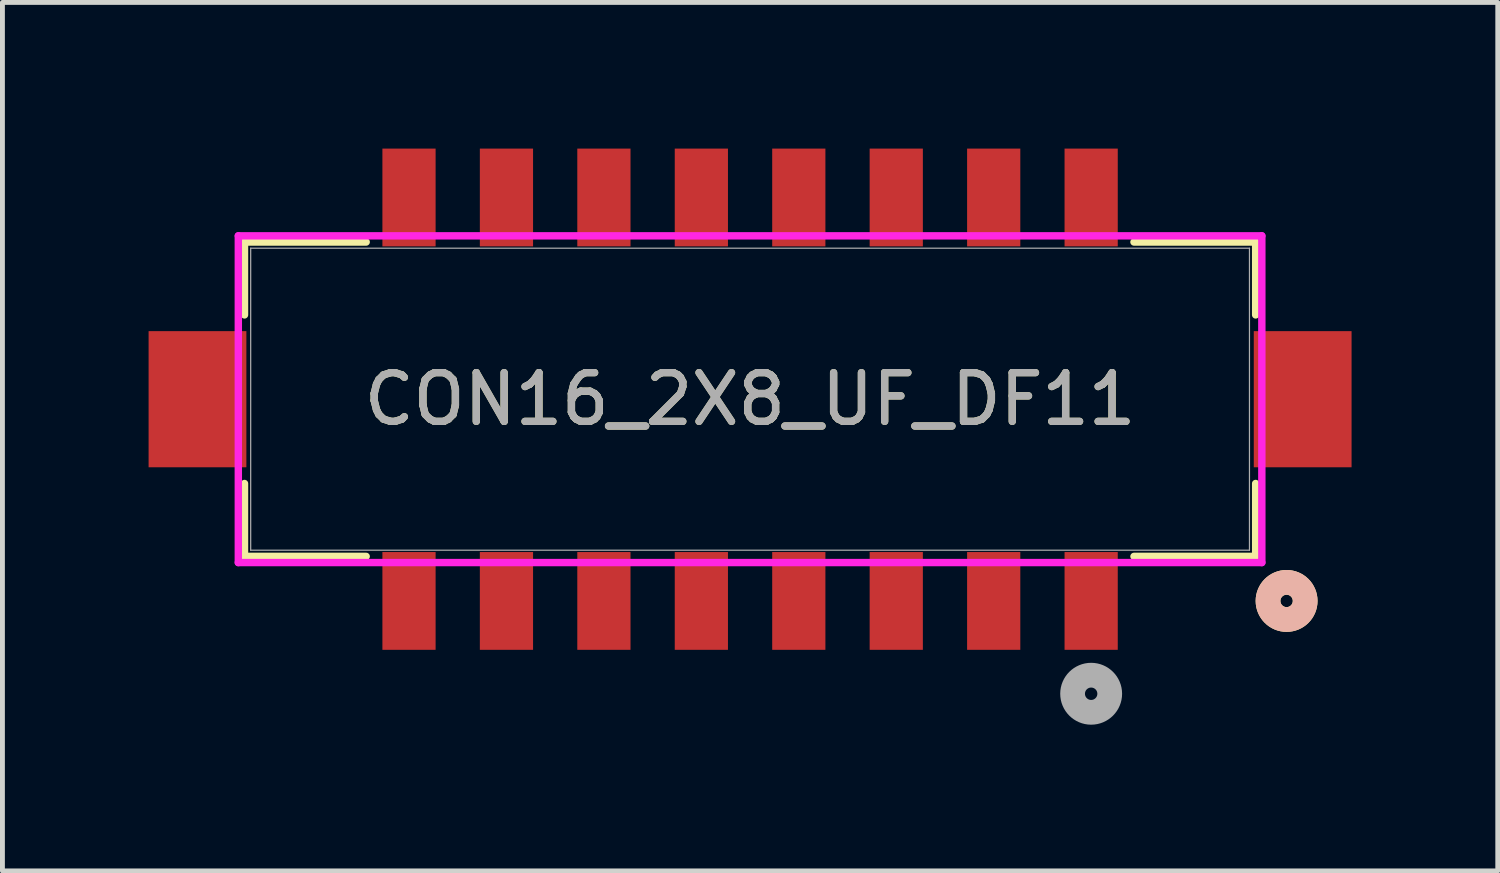
<source format=kicad_pcb>
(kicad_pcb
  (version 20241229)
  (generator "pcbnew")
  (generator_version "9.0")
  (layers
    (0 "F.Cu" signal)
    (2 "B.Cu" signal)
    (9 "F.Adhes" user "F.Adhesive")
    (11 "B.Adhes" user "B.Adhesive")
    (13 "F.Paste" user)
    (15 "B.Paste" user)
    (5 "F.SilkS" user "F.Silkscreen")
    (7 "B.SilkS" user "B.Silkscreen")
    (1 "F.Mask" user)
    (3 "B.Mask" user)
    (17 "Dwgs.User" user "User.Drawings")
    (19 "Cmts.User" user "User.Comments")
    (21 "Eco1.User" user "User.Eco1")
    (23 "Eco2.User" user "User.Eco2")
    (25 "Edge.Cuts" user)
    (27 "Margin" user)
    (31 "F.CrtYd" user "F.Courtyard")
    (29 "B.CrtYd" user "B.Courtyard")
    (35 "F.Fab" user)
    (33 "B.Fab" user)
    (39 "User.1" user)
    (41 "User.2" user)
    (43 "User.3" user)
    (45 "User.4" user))
  (footprint "CON16_2X8_UF_DF11"
    (layer "F.Cu")
    (at 5.344 1.003)
    (property "Reference" "CON16_2X8_UF_DF11" (at 7 4.14 0) (unlocked yes) (layer "F.SilkS") (effects (font (size 1 1) (thickness 0.15))))
    (attr smd)
    (fp_line (start -3.376 0.914) (end -3.376 2.41) (stroke (width 0.152) (type solid)) (layer "F.SilkS"))
    (fp_line (start -3.376 5.87) (end -3.376 7.366) (stroke (width 0.152) (type solid)) (layer "F.SilkS"))
    (fp_line (start -3.376 7.366) (end -0.879 7.366) (stroke (width 0.152) (type solid)) (layer "F.SilkS"))
    (fp_line (start -0.879 0.914) (end -3.376 0.914) (stroke (width 0.152) (type solid)) (layer "F.SilkS"))
    (fp_line (start 14.879 7.366) (end 17.376 7.366) (stroke (width 0.152) (type solid)) (layer "F.SilkS"))
    (fp_line (start 17.376 0.914) (end 14.879 0.914) (stroke (width 0.152) (type solid)) (layer "F.SilkS"))
    (fp_line (start 17.376 2.41) (end 17.376 0.914) (stroke (width 0.152) (type solid)) (layer "F.SilkS"))
    (fp_line (start 17.376 7.366) (end 17.376 5.87) (stroke (width 0.152) (type solid)) (layer "F.SilkS"))
    (fp_circle (center 18.011 8.28) (end 18.392 8.28) (stroke (width 0.508) (type solid)) (fill no) (layer "F.SilkS"))
    (fp_circle (center 18.011 8.28) (end 18.392 8.28) (stroke (width 0.508) (type solid)) (fill no) (layer "B.SilkS"))
    (fp_line (start -3.503 0.787) (end -3.503 7.493) (stroke (width 0.152) (type solid)) (layer "F.CrtYd"))
    (fp_line (start -3.503 7.493) (end 17.503 7.493) (stroke (width 0.152) (type solid)) (layer "F.CrtYd"))
    (fp_line (start 17.503 0.787) (end -3.503 0.787) (stroke (width 0.152) (type solid)) (layer "F.CrtYd"))
    (fp_line (start 17.503 7.493) (end 17.503 0.787) (stroke (width 0.152) (type solid)) (layer "F.CrtYd"))
    (fp_line (start -3.249 1.041) (end -3.249 7.239) (stroke (width 0.025) (type solid)) (layer "F.Fab"))
    (fp_line (start -3.249 7.239) (end 17.249 7.239) (stroke (width 0.025) (type solid)) (layer "F.Fab"))
    (fp_line (start 17.249 1.041) (end -3.249 1.041) (stroke (width 0.025) (type solid)) (layer "F.Fab"))
    (fp_line (start 17.249 7.239) (end 17.249 1.041) (stroke (width 0.025) (type solid)) (layer "F.Fab"))
    (fp_circle (center 14 10.185) (end 14.381 10.185) (stroke (width 0.508) (type solid)) (fill no) (layer "F.Fab"))
    (fp_text user "${REFERENCE}" (at 7 4.14 0) (unlocked yes) (layer "F.Fab") (effects (font (size 1 1) (thickness 0.15))))
    (pad "1" smd rect (at 14 8.28) (size 1.092 2.007) (layers "F.Cu" "F.Mask" "F.Paste"))
    (pad "2" smd rect (at 14 0) (size 1.092 2.007) (layers "F.Cu" "F.Mask" "F.Paste"))
    (pad "3" smd rect (at 12 8.28) (size 1.092 2.007) (layers "F.Cu" "F.Mask" "F.Paste"))
    (pad "4" smd rect (at 12 0) (size 1.092 2.007) (layers "F.Cu" "F.Mask" "F.Paste"))
    (pad "5" smd rect (at 10 8.28) (size 1.092 2.007) (layers "F.Cu" "F.Mask" "F.Paste"))
    (pad "6" smd rect (at 10 0) (size 1.092 2.007) (layers "F.Cu" "F.Mask" "F.Paste"))
    (pad "7" smd rect (at 8 8.28) (size 1.092 2.007) (layers "F.Cu" "F.Mask" "F.Paste"))
    (pad "8" smd rect (at 8 0) (size 1.092 2.007) (layers "F.Cu" "F.Mask" "F.Paste"))
    (pad "9" smd rect (at 6 8.28) (size 1.092 2.007) (layers "F.Cu" "F.Mask" "F.Paste"))
    (pad "10" smd rect (at 6 0) (size 1.092 2.007) (layers "F.Cu" "F.Mask" "F.Paste"))
    (pad "11" smd rect (at 4 8.28) (size 1.092 2.007) (layers "F.Cu" "F.Mask" "F.Paste"))
    (pad "12" smd rect (at 4 0) (size 1.092 2.007) (layers "F.Cu" "F.Mask" "F.Paste"))
    (pad "13" smd rect (at 2 8.28) (size 1.092 2.007) (layers "F.Cu" "F.Mask" "F.Paste"))
    (pad "14" smd rect (at 2 0) (size 1.092 2.007) (layers "F.Cu" "F.Mask" "F.Paste"))
    (pad "15" smd rect (at 0 8.28) (size 1.092 2.007) (layers "F.Cu" "F.Mask" "F.Paste"))
    (pad "16" smd rect (at 0 0) (size 1.092 2.007) (layers "F.Cu" "F.Mask" "F.Paste"))
    (pad "17" smd rect (at -4.341 4.14) (size 2.007 2.794) (layers "F.Cu" "F.Mask" "F.Paste"))
    (pad "18" smd rect (at 18.341 4.14) (size 2.007 2.794) (layers "F.Cu" "F.Mask" "F.Paste")))
  (gr_rect
    (start -3 -3)
    (end 27.689 14.824)
    (stroke (width 0.1) (type default))
    (fill no)
    (layer "Edge.Cuts")))
</source>
